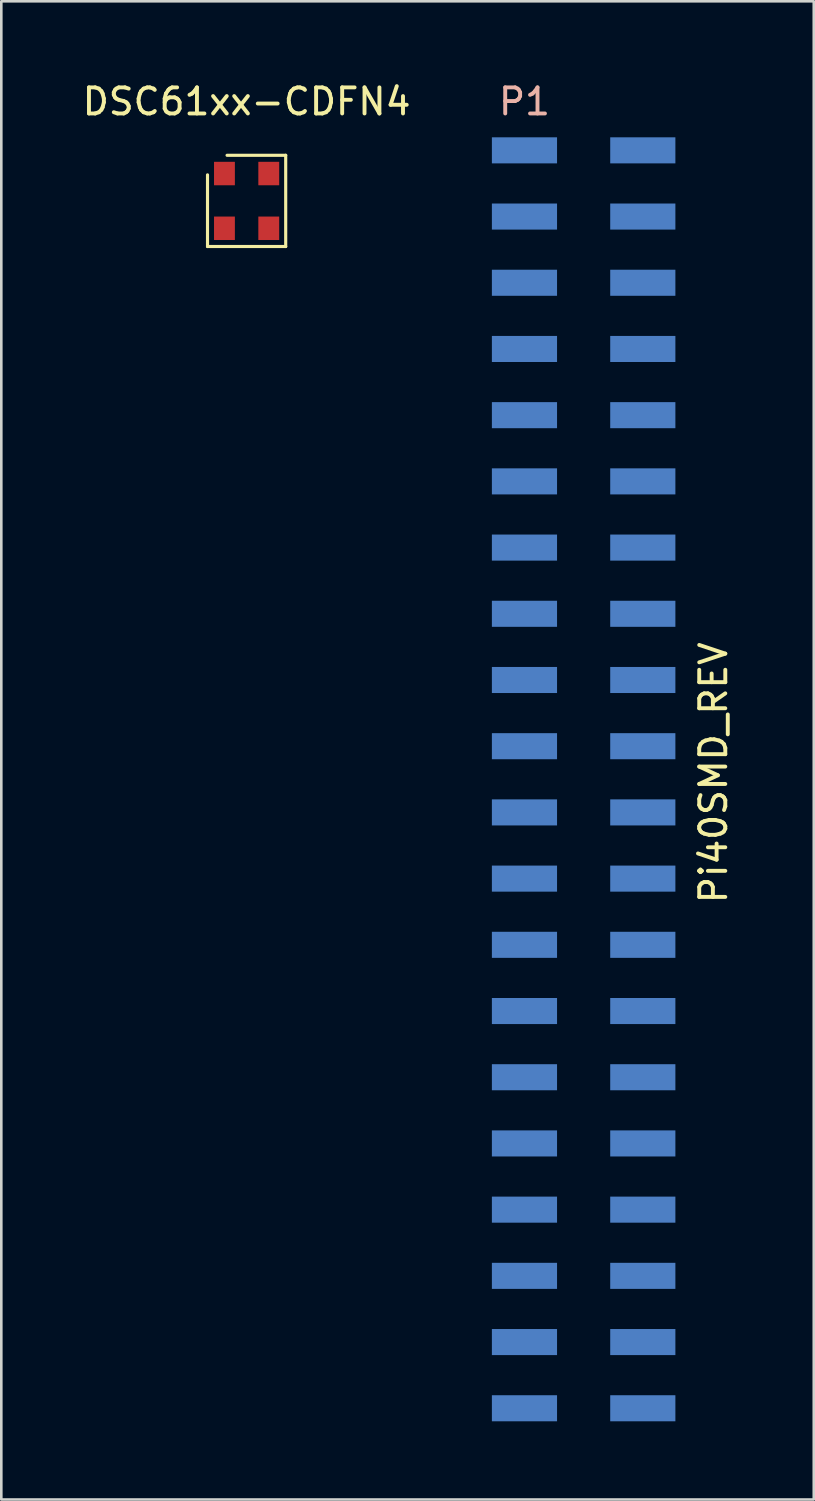
<source format=kicad_pcb>
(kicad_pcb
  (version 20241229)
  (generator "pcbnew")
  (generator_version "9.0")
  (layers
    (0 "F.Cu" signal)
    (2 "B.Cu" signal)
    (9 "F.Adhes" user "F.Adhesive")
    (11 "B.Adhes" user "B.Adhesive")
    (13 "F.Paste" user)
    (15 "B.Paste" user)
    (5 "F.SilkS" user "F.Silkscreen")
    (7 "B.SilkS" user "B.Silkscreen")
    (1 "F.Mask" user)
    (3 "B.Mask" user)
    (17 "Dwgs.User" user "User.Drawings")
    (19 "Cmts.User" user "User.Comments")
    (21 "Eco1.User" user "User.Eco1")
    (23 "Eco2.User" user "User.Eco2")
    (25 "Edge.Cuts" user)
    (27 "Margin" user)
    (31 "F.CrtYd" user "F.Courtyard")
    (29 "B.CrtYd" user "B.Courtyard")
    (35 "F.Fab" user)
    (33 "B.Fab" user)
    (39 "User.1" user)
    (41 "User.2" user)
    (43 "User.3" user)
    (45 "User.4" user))
  (footprint "Pi40SMD_REV"
    (layer "F.Cu")
    (at 19.321 26.848)
    (property "Reference" "Pi40SMD_REV" (at 5 -0.25 90) (layer "F.SilkS") (effects (font (size 1 1) (thickness 0.15))))
    (attr through_hole)
    (fp_text user "P1" (at -2.25 -26 0) (layer "B.SilkS") (effects (font (size 1 1) (thickness 0.15))))
    (pad "1" smd rect (at -2.25 -24.13 90) (size 1 2.5) (layers "B.Cu" "B.Mask" "B.Paste"))
    (pad "2" smd rect (at 2.29 -24.13 90) (size 1 2.5) (layers "B.Cu" "B.Mask" "B.Paste"))
    (pad "3" smd rect (at -2.25 -21.59 90) (size 1 2.5) (layers "B.Cu" "B.Mask" "B.Paste"))
    (pad "4" smd rect (at 2.29 -21.59 90) (size 1 2.5) (layers "B.Cu" "B.Mask" "B.Paste"))
    (pad "5" smd rect (at -2.25 -19.05 90) (size 1 2.5) (layers "B.Cu" "B.Mask" "B.Paste"))
    (pad "6" smd rect (at 2.29 -19.05 90) (size 1 2.5) (layers "B.Cu" "B.Mask" "B.Paste"))
    (pad "7" smd rect (at -2.25 -16.51 90) (size 1 2.5) (layers "B.Cu" "B.Mask" "B.Paste"))
    (pad "8" smd rect (at 2.29 -16.51 90) (size 1 2.5) (layers "B.Cu" "B.Mask" "B.Paste"))
    (pad "9" smd rect (at -2.25 -13.97 90) (size 1 2.5) (layers "B.Cu" "B.Mask" "B.Paste"))
    (pad "10" smd rect (at 2.29 -13.97 90) (size 1 2.5) (layers "B.Cu" "B.Mask" "B.Paste"))
    (pad "11" smd rect (at -2.25 -11.43 90) (size 1 2.5) (layers "B.Cu" "B.Mask" "B.Paste"))
    (pad "12" smd rect (at 2.29 -11.43 90) (size 1 2.5) (layers "B.Cu" "B.Mask" "B.Paste"))
    (pad "13" smd rect (at -2.25 -8.89 90) (size 1 2.5) (layers "B.Cu" "B.Mask" "B.Paste"))
    (pad "14" smd rect (at 2.29 -8.89 90) (size 1 2.5) (layers "B.Cu" "B.Mask" "B.Paste"))
    (pad "15" smd rect (at -2.25 -6.35 90) (size 1 2.5) (layers "B.Cu" "B.Mask" "B.Paste"))
    (pad "16" smd rect (at 2.29 -6.35 90) (size 1 2.5) (layers "B.Cu" "B.Mask" "B.Paste"))
    (pad "17" smd rect (at -2.25 -3.81 90) (size 1 2.5) (layers "B.Cu" "B.Mask" "B.Paste"))
    (pad "18" smd rect (at 2.29 -3.81 90) (size 1 2.5) (layers "B.Cu" "B.Mask" "B.Paste"))
    (pad "19" smd rect (at -2.25 -1.27 90) (size 1 2.5) (layers "B.Cu" "B.Mask" "B.Paste"))
    (pad "20" smd rect (at 2.29 -1.27 90) (size 1 2.5) (layers "B.Cu" "B.Mask" "B.Paste"))
    (pad "21" smd rect (at -2.25 1.27 90) (size 1 2.5) (layers "B.Cu" "B.Mask" "B.Paste"))
    (pad "22" smd rect (at 2.29 1.27 90) (size 1 2.5) (layers "B.Cu" "B.Mask" "B.Paste"))
    (pad "23" smd rect (at -2.25 3.81 90) (size 1 2.5) (layers "B.Cu" "B.Mask" "B.Paste"))
    (pad "24" smd rect (at 2.29 3.81 90) (size 1 2.5) (layers "B.Cu" "B.Mask" "B.Paste"))
    (pad "25" smd rect (at -2.25 6.35 90) (size 1 2.5) (layers "B.Cu" "B.Mask" "B.Paste"))
    (pad "26" smd rect (at 2.29 6.35 90) (size 1 2.5) (layers "B.Cu" "B.Mask" "B.Paste"))
    (pad "27" smd rect (at -2.25 8.89 90) (size 1 2.5) (layers "B.Cu" "B.Mask" "B.Paste"))
    (pad "28" smd rect (at 2.29 8.89 90) (size 1 2.5) (layers "B.Cu" "B.Mask" "B.Paste"))
    (pad "29" smd rect (at -2.25 11.43 90) (size 1 2.5) (layers "B.Cu" "B.Mask" "B.Paste"))
    (pad "30" smd rect (at 2.29 11.43 90) (size 1 2.5) (layers "B.Cu" "B.Mask" "B.Paste"))
    (pad "31" smd rect (at -2.25 13.97 90) (size 1 2.5) (layers "B.Cu" "B.Mask" "B.Paste"))
    (pad "32" smd rect (at 2.29 13.97 90) (size 1 2.5) (layers "B.Cu" "B.Mask" "B.Paste"))
    (pad "33" smd rect (at -2.25 16.51 90) (size 1 2.5) (layers "B.Cu" "B.Mask" "B.Paste"))
    (pad "34" smd rect (at 2.29 16.51 90) (size 1 2.5) (layers "B.Cu" "B.Mask" "B.Paste"))
    (pad "35" smd rect (at -2.25 19.05 90) (size 1 2.5) (layers "B.Cu" "B.Mask" "B.Paste"))
    (pad "36" smd rect (at 2.29 19.05 90) (size 1 2.5) (layers "B.Cu" "B.Mask" "B.Paste"))
    (pad "37" smd rect (at -2.25 21.59 90) (size 1 2.5) (layers "B.Cu" "B.Mask" "B.Paste"))
    (pad "38" smd rect (at 2.29 21.59 90) (size 1 2.5) (layers "B.Cu" "B.Mask" "B.Paste"))
    (pad "39" smd rect (at -2.25 24.13 90) (size 1 2.5) (layers "B.Cu" "B.Mask" "B.Paste"))
    (pad "40" smd rect (at 2.29 24.13 90) (size 1 2.5) (layers "B.Cu" "B.Mask" "B.Paste")))
  (footprint "DSC61xx-CDFN4"
    (layer "F.Cu")
    (at 6.411 4.658)
    (property "Reference" "DSC61xx-CDFN4" (at 0 -3.81 0) (layer "F.SilkS") (effects (font (size 1 1) (thickness 0.15))))
    (attr through_hole)
    (fp_line (start -1.5 -1) (end -1.5 1.75) (stroke (width 0.12) (type solid)) (layer "F.SilkS"))
    (fp_line (start -1.5 1.75) (end 1.5 1.75) (stroke (width 0.12) (type solid)) (layer "F.SilkS"))
    (fp_line (start 1.5 -1.75) (end -0.75 -1.75) (stroke (width 0.12) (type solid)) (layer "F.SilkS"))
    (fp_line (start 1.5 1.75) (end 1.5 -1.75) (stroke (width 0.12) (type solid)) (layer "F.SilkS"))
    (pad "1" smd rect (at -0.85 -1.05) (size 0.8 0.9) (layers "F.Cu" "F.Mask" "F.Paste"))
    (pad "2" smd rect (at -0.85 1.05) (size 0.8 0.9) (layers "F.Cu" "F.Mask" "F.Paste"))
    (pad "3" smd rect (at 0.85 1.05) (size 0.8 0.9) (layers "F.Cu" "F.Mask" "F.Paste"))
    (pad "4" smd rect (at 0.85 -1.05) (size 0.8 0.9) (layers "F.Cu" "F.Mask" "F.Paste")))
  (gr_rect
    (start -3 -3)
    (end 28.17 54.478)
    (stroke (width 0.1) (type default))
    (fill no)
    (layer "Edge.Cuts")))
</source>
